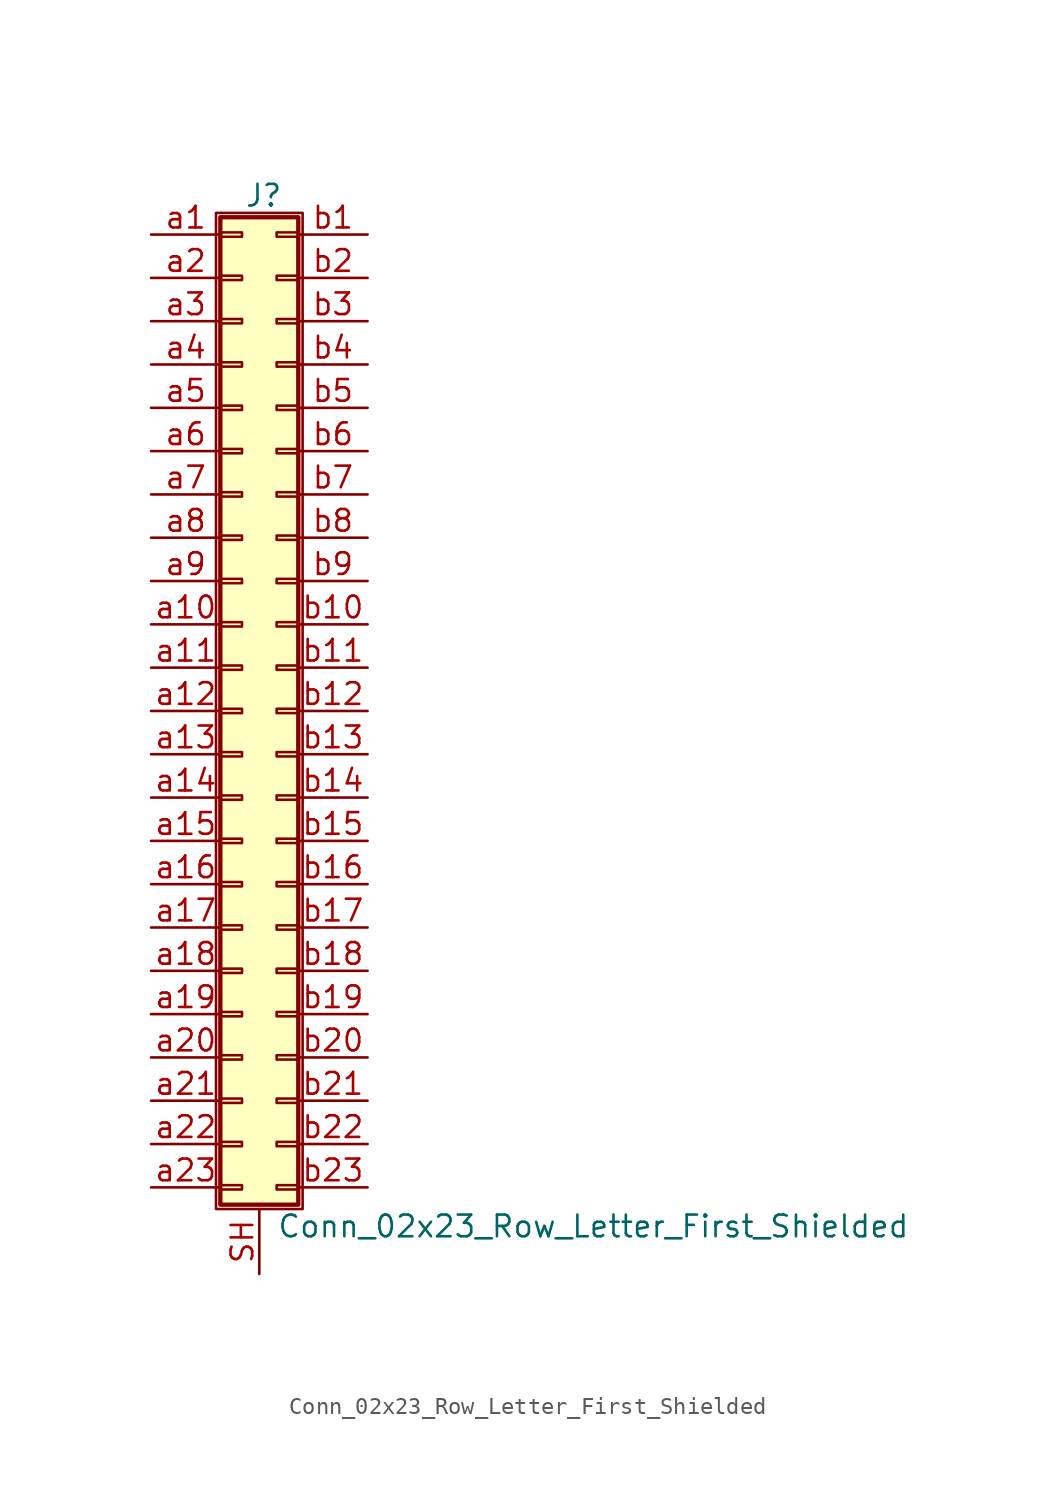
<source format=kicad_sym>
(kicad_symbol_lib
  (version 20220914)
  (generator kicad_symbol_editor)
  (symbol "Conn_02x23_Row_Letter_First_Shielded"
    (pin_names
      (offset 1.016) hide)
    (property "Reference" "J"
      (at 1.524 30.226 0)
      (effects (font (size 1.27 1.27))))
    (property "Value" "Conn_02x23_Row_Letter_First_Shielded"
      (at 2.286 -30.226 0)
      (effects (font (size 1.27 1.27)) (justify left)))
    (symbol "Conn_02x23_Row_Letter_First_Shielded_1_1"
      (rectangle (start -1.27 29.21) (end 3.81 -29.21) (stroke (width 0.152) (type default)) (fill (type none)))
      (rectangle (start -1.016 -27.813) (end 0.254 -28.067) (stroke (width 0.152) (type default)) (fill (type none)))
      (rectangle (start -1.016 -25.273) (end 0.254 -25.527) (stroke (width 0.152) (type default)) (fill (type none)))
      (rectangle (start -1.016 -22.733) (end 0.254 -22.987) (stroke (width 0.152) (type default)) (fill (type none)))
      (rectangle (start -1.016 -20.193) (end 0.254 -20.447) (stroke (width 0.152) (type default)) (fill (type none)))
      (rectangle (start -1.016 -17.653) (end 0.254 -17.907) (stroke (width 0.152) (type default)) (fill (type none)))
      (rectangle (start -1.016 -15.113) (end 0.254 -15.367) (stroke (width 0.152) (type default)) (fill (type none)))
      (rectangle (start -1.016 -12.573) (end 0.254 -12.827) (stroke (width 0.152) (type default)) (fill (type none)))
      (rectangle (start -1.016 -10.033) (end 0.254 -10.287) (stroke (width 0.152) (type default)) (fill (type none)))
      (rectangle (start -1.016 -7.493) (end 0.254 -7.747) (stroke (width 0.152) (type default)) (fill (type none)))
      (rectangle (start -1.016 -4.953) (end 0.254 -5.207) (stroke (width 0.152) (type default)) (fill (type none)))
      (rectangle (start -1.016 -2.413) (end 0.254 -2.667) (stroke (width 0.152) (type default)) (fill (type none)))
      (rectangle (start -1.016 0.127) (end 0.254 -0.127) (stroke (width 0.152) (type default)) (fill (type none)))
      (rectangle (start -1.016 2.667) (end 0.254 2.413) (stroke (width 0.152) (type default)) (fill (type none)))
      (rectangle (start -1.016 5.207) (end 0.254 4.953) (stroke (width 0.152) (type default)) (fill (type none)))
      (rectangle (start -1.016 7.747) (end 0.254 7.493) (stroke (width 0.152) (type default)) (fill (type none)))
      (rectangle (start -1.016 10.287) (end 0.254 10.033) (stroke (width 0.152) (type default)) (fill (type none)))
      (rectangle (start -1.016 12.827) (end 0.254 12.573) (stroke (width 0.152) (type default)) (fill (type none)))
      (rectangle (start -1.016 15.367) (end 0.254 15.113) (stroke (width 0.152) (type default)) (fill (type none)))
      (rectangle (start -1.016 17.907) (end 0.254 17.653) (stroke (width 0.152) (type default)) (fill (type none)))
      (rectangle (start -1.016 20.447) (end 0.254 20.193) (stroke (width 0.152) (type default)) (fill (type none)))
      (rectangle (start -1.016 22.987) (end 0.254 22.733) (stroke (width 0.152) (type default)) (fill (type none)))
      (rectangle (start -1.016 25.527) (end 0.254 25.273) (stroke (width 0.152) (type default)) (fill (type none)))
      (rectangle (start -1.016 28.067) (end 0.254 27.813) (stroke (width 0.152) (type default)) (fill (type none)))
      (rectangle (start -1.016 28.956) (end 3.556 -28.956) (stroke (width 0.254) (type default)) (fill (type background)))
      (rectangle (start 3.556 -27.813) (end 2.286 -28.067) (stroke (width 0.152) (type default)) (fill (type none)))
      (rectangle (start 3.556 -25.273) (end 2.286 -25.527) (stroke (width 0.152) (type default)) (fill (type none)))
      (rectangle (start 3.556 -22.733) (end 2.286 -22.987) (stroke (width 0.152) (type default)) (fill (type none)))
      (rectangle (start 3.556 -20.193) (end 2.286 -20.447) (stroke (width 0.152) (type default)) (fill (type none)))
      (rectangle (start 3.556 -17.653) (end 2.286 -17.907) (stroke (width 0.152) (type default)) (fill (type none)))
      (rectangle (start 3.556 -15.113) (end 2.286 -15.367) (stroke (width 0.152) (type default)) (fill (type none)))
      (rectangle (start 3.556 -12.573) (end 2.286 -12.827) (stroke (width 0.152) (type default)) (fill (type none)))
      (rectangle (start 3.556 -10.033) (end 2.286 -10.287) (stroke (width 0.152) (type default)) (fill (type none)))
      (rectangle (start 3.556 -7.493) (end 2.286 -7.747) (stroke (width 0.152) (type default)) (fill (type none)))
      (rectangle (start 3.556 -4.953) (end 2.286 -5.207) (stroke (width 0.152) (type default)) (fill (type none)))
      (rectangle (start 3.556 -2.413) (end 2.286 -2.667) (stroke (width 0.152) (type default)) (fill (type none)))
      (rectangle (start 3.556 0.127) (end 2.286 -0.127) (stroke (width 0.152) (type default)) (fill (type none)))
      (rectangle (start 3.556 2.667) (end 2.286 2.413) (stroke (width 0.152) (type default)) (fill (type none)))
      (rectangle (start 3.556 5.207) (end 2.286 4.953) (stroke (width 0.152) (type default)) (fill (type none)))
      (rectangle (start 3.556 7.747) (end 2.286 7.493) (stroke (width 0.152) (type default)) (fill (type none)))
      (rectangle (start 3.556 10.287) (end 2.286 10.033) (stroke (width 0.152) (type default)) (fill (type none)))
      (rectangle (start 3.556 12.827) (end 2.286 12.573) (stroke (width 0.152) (type default)) (fill (type none)))
      (rectangle (start 3.556 15.367) (end 2.286 15.113) (stroke (width 0.152) (type default)) (fill (type none)))
      (rectangle (start 3.556 17.907) (end 2.286 17.653) (stroke (width 0.152) (type default)) (fill (type none)))
      (rectangle (start 3.556 20.447) (end 2.286 20.193) (stroke (width 0.152) (type default)) (fill (type none)))
      (rectangle (start 3.556 22.987) (end 2.286 22.733) (stroke (width 0.152) (type default)) (fill (type none)))
      (rectangle (start 3.556 25.527) (end 2.286 25.273) (stroke (width 0.152) (type default)) (fill (type none)))
      (rectangle (start 3.556 28.067) (end 2.286 27.813) (stroke (width 0.152) (type default)) (fill (type none)))
      (pin passive line (at 1.27 -33.02 90) (length 3.81) (name "Shield" (effects (font (size 1.27 1.27)))) (number "SH" (effects (font (size 1.27 1.27)))))
      (pin passive line (at -5.08 27.94 0) (length 4.064) (name "Pin_a1" (effects (font (size 1.27 1.27)))) (number "a1" (effects (font (size 1.27 1.27)))))
      (pin passive line (at -5.08 5.08 0) (length 4.064) (name "Pin_a10" (effects (font (size 1.27 1.27)))) (number "a10" (effects (font (size 1.27 1.27)))))
      (pin passive line (at -5.08 2.54 0) (length 4.064) (name "Pin_a11" (effects (font (size 1.27 1.27)))) (number "a11" (effects (font (size 1.27 1.27)))))
      (pin passive line (at -5.08 0 0) (length 4.064) (name "Pin_a12" (effects (font (size 1.27 1.27)))) (number "a12" (effects (font (size 1.27 1.27)))))
      (pin passive line (at -5.08 -2.54 0) (length 4.064) (name "Pin_a13" (effects (font (size 1.27 1.27)))) (number "a13" (effects (font (size 1.27 1.27)))))
      (pin passive line (at -5.08 -5.08 0) (length 4.064) (name "Pin_a14" (effects (font (size 1.27 1.27)))) (number "a14" (effects (font (size 1.27 1.27)))))
      (pin passive line (at -5.08 -7.62 0) (length 4.064) (name "Pin_a15" (effects (font (size 1.27 1.27)))) (number "a15" (effects (font (size 1.27 1.27)))))
      (pin passive line (at -5.08 -10.16 0) (length 4.064) (name "Pin_a16" (effects (font (size 1.27 1.27)))) (number "a16" (effects (font (size 1.27 1.27)))))
      (pin passive line (at -5.08 -12.7 0) (length 4.064) (name "Pin_a17" (effects (font (size 1.27 1.27)))) (number "a17" (effects (font (size 1.27 1.27)))))
      (pin passive line (at -5.08 -15.24 0) (length 4.064) (name "Pin_a18" (effects (font (size 1.27 1.27)))) (number "a18" (effects (font (size 1.27 1.27)))))
      (pin passive line (at -5.08 -17.78 0) (length 4.064) (name "Pin_a19" (effects (font (size 1.27 1.27)))) (number "a19" (effects (font (size 1.27 1.27)))))
      (pin passive line (at -5.08 25.4 0) (length 4.064) (name "Pin_a2" (effects (font (size 1.27 1.27)))) (number "a2" (effects (font (size 1.27 1.27)))))
      (pin passive line (at -5.08 -20.32 0) (length 4.064) (name "Pin_a20" (effects (font (size 1.27 1.27)))) (number "a20" (effects (font (size 1.27 1.27)))))
      (pin passive line (at -5.08 -22.86 0) (length 4.064) (name "Pin_a21" (effects (font (size 1.27 1.27)))) (number "a21" (effects (font (size 1.27 1.27)))))
      (pin passive line (at -5.08 -25.4 0) (length 4.064) (name "Pin_a22" (effects (font (size 1.27 1.27)))) (number "a22" (effects (font (size 1.27 1.27)))))
      (pin passive line (at -5.08 -27.94 0) (length 4.064) (name "Pin_a23" (effects (font (size 1.27 1.27)))) (number "a23" (effects (font (size 1.27 1.27)))))
      (pin passive line (at -5.08 22.86 0) (length 4.064) (name "Pin_a3" (effects (font (size 1.27 1.27)))) (number "a3" (effects (font (size 1.27 1.27)))))
      (pin passive line (at -5.08 20.32 0) (length 4.064) (name "Pin_a4" (effects (font (size 1.27 1.27)))) (number "a4" (effects (font (size 1.27 1.27)))))
      (pin passive line (at -5.08 17.78 0) (length 4.064) (name "Pin_a5" (effects (font (size 1.27 1.27)))) (number "a5" (effects (font (size 1.27 1.27)))))
      (pin passive line (at -5.08 15.24 0) (length 4.064) (name "Pin_a6" (effects (font (size 1.27 1.27)))) (number "a6" (effects (font (size 1.27 1.27)))))
      (pin passive line (at -5.08 12.7 0) (length 4.064) (name "Pin_a7" (effects (font (size 1.27 1.27)))) (number "a7" (effects (font (size 1.27 1.27)))))
      (pin passive line (at -5.08 10.16 0) (length 4.064) (name "Pin_a8" (effects (font (size 1.27 1.27)))) (number "a8" (effects (font (size 1.27 1.27)))))
      (pin passive line (at -5.08 7.62 0) (length 4.064) (name "Pin_a9" (effects (font (size 1.27 1.27)))) (number "a9" (effects (font (size 1.27 1.27)))))
      (pin passive line (at 7.62 27.94 180) (length 4.064) (name "Pin_b1" (effects (font (size 1.27 1.27)))) (number "b1" (effects (font (size 1.27 1.27)))))
      (pin passive line (at 7.62 5.08 180) (length 4.064) (name "Pin_b10" (effects (font (size 1.27 1.27)))) (number "b10" (effects (font (size 1.27 1.27)))))
      (pin passive line (at 7.62 2.54 180) (length 4.064) (name "Pin_b11" (effects (font (size 1.27 1.27)))) (number "b11" (effects (font (size 1.27 1.27)))))
      (pin passive line (at 7.62 0 180) (length 4.064) (name "Pin_b12" (effects (font (size 1.27 1.27)))) (number "b12" (effects (font (size 1.27 1.27)))))
      (pin passive line (at 7.62 -2.54 180) (length 4.064) (name "Pin_b13" (effects (font (size 1.27 1.27)))) (number "b13" (effects (font (size 1.27 1.27)))))
      (pin passive line (at 7.62 -5.08 180) (length 4.064) (name "Pin_b14" (effects (font (size 1.27 1.27)))) (number "b14" (effects (font (size 1.27 1.27)))))
      (pin passive line (at 7.62 -7.62 180) (length 4.064) (name "Pin_b15" (effects (font (size 1.27 1.27)))) (number "b15" (effects (font (size 1.27 1.27)))))
      (pin passive line (at 7.62 -10.16 180) (length 4.064) (name "Pin_b16" (effects (font (size 1.27 1.27)))) (number "b16" (effects (font (size 1.27 1.27)))))
      (pin passive line (at 7.62 -12.7 180) (length 4.064) (name "Pin_b17" (effects (font (size 1.27 1.27)))) (number "b17" (effects (font (size 1.27 1.27)))))
      (pin passive line (at 7.62 -15.24 180) (length 4.064) (name "Pin_b18" (effects (font (size 1.27 1.27)))) (number "b18" (effects (font (size 1.27 1.27)))))
      (pin passive line (at 7.62 -17.78 180) (length 4.064) (name "Pin_b19" (effects (font (size 1.27 1.27)))) (number "b19" (effects (font (size 1.27 1.27)))))
      (pin passive line (at 7.62 25.4 180) (length 4.064) (name "Pin_b2" (effects (font (size 1.27 1.27)))) (number "b2" (effects (font (size 1.27 1.27)))))
      (pin passive line (at 7.62 -20.32 180) (length 4.064) (name "Pin_b20" (effects (font (size 1.27 1.27)))) (number "b20" (effects (font (size 1.27 1.27)))))
      (pin passive line (at 7.62 -22.86 180) (length 4.064) (name "Pin_b21" (effects (font (size 1.27 1.27)))) (number "b21" (effects (font (size 1.27 1.27)))))
      (pin passive line (at 7.62 -25.4 180) (length 4.064) (name "Pin_b22" (effects (font (size 1.27 1.27)))) (number "b22" (effects (font (size 1.27 1.27)))))
      (pin passive line (at 7.62 -27.94 180) (length 4.064) (name "Pin_b23" (effects (font (size 1.27 1.27)))) (number "b23" (effects (font (size 1.27 1.27)))))
      (pin passive line (at 7.62 22.86 180) (length 4.064) (name "Pin_b3" (effects (font (size 1.27 1.27)))) (number "b3" (effects (font (size 1.27 1.27)))))
      (pin passive line (at 7.62 20.32 180) (length 4.064) (name "Pin_b4" (effects (font (size 1.27 1.27)))) (number "b4" (effects (font (size 1.27 1.27)))))
      (pin passive line (at 7.62 17.78 180) (length 4.064) (name "Pin_b5" (effects (font (size 1.27 1.27)))) (number "b5" (effects (font (size 1.27 1.27)))))
      (pin passive line (at 7.62 15.24 180) (length 4.064) (name "Pin_b6" (effects (font (size 1.27 1.27)))) (number "b6" (effects (font (size 1.27 1.27)))))
      (pin passive line (at 7.62 12.7 180) (length 4.064) (name "Pin_b7" (effects (font (size 1.27 1.27)))) (number "b7" (effects (font (size 1.27 1.27)))))
      (pin passive line (at 7.62 10.16 180) (length 4.064) (name "Pin_b8" (effects (font (size 1.27 1.27)))) (number "b8" (effects (font (size 1.27 1.27)))))
      (pin passive line (at 7.62 7.62 180) (length 4.064) (name "Pin_b9" (effects (font (size 1.27 1.27)))) (number "b9" (effects (font (size 1.27 1.27))))))))
</source>
